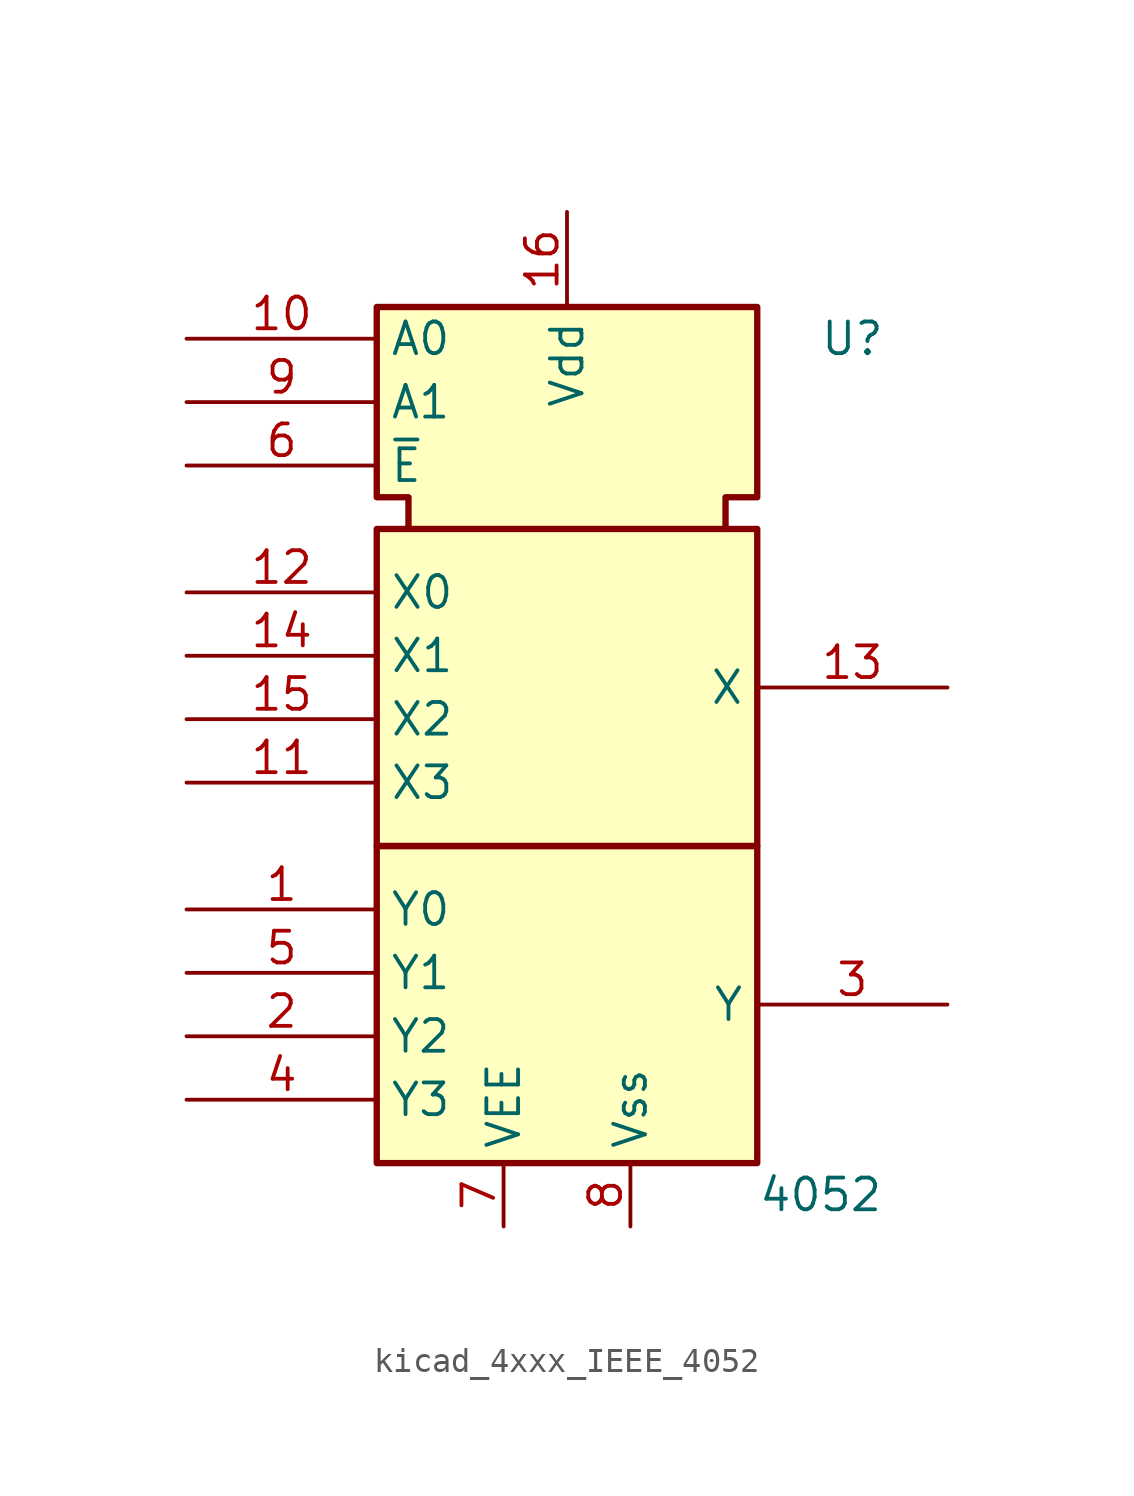
<source format=kicad_sym>
(kicad_symbol_lib
  (version 20220914)
  (generator kicad_symbol_editor)
  (symbol "kicad_4xxx_IEEE_4052"
    (property "Reference" "U"
      (at 11.43 15.24 0)
      (effects (font (size 1.27 1.27))))
    (property "Value" "4052"
      (at 10.16 -19.05 0)
      (effects (font (size 1.27 1.27))))
    (symbol "kicad_4xxx_IEEE_4052_0_0"
      (pin power_in line (at 0 20.32 270) (length 3.81) (name "Vdd" (effects (font (size 1.27 1.27)))) (number "16" (effects (font (size 1.27 1.27)))))
      (pin power_in line (at 2.54 -20.32 90) (length 2.54) (name "Vss" (effects (font (size 1.27 1.27)))) (number "8" (effects (font (size 1.27 1.27))))))
    (symbol "kicad_4xxx_IEEE_4052_0_1"
      (rectangle (start -7.62 -5.08) (end 7.62 -17.78) (stroke (width 0.254) (type default)) (fill (type background)))
      (rectangle (start -7.62 7.62) (end 7.62 -5.08) (stroke (width 0.254) (type default)) (fill (type background)))
      (polyline (pts (xy -6.35 7.62) (xy -6.35 8.89) (xy -7.62 8.89) (xy -7.62 16.51) (xy 7.62 16.51) (xy 7.62 8.89) (xy 6.35 8.89) (xy 6.35 7.62) (xy 6.35 7.62)) (stroke (width 0.254) (type default)) (fill (type background))))
    (symbol "kicad_4xxx_IEEE_4052_1_1"
      (pin passive line (at -15.24 -7.62 0) (length 7.62) (name "Y0" (effects (font (size 1.27 1.27)))) (number "1" (effects (font (size 1.27 1.27)))))
      (pin input line (at -15.24 15.24 0) (length 7.62) (name "A0" (effects (font (size 1.27 1.27)))) (number "10" (effects (font (size 1.27 1.27)))))
      (pin passive line (at -15.24 -2.54 0) (length 7.62) (name "X3" (effects (font (size 1.27 1.27)))) (number "11" (effects (font (size 1.27 1.27)))))
      (pin passive line (at -15.24 5.08 0) (length 7.62) (name "X0" (effects (font (size 1.27 1.27)))) (number "12" (effects (font (size 1.27 1.27)))))
      (pin passive line (at 15.24 1.27 180) (length 7.62) (name "X" (effects (font (size 1.27 1.27)))) (number "13" (effects (font (size 1.27 1.27)))))
      (pin passive line (at -15.24 2.54 0) (length 7.62) (name "X1" (effects (font (size 1.27 1.27)))) (number "14" (effects (font (size 1.27 1.27)))))
      (pin passive line (at -15.24 0 0) (length 7.62) (name "X2" (effects (font (size 1.27 1.27)))) (number "15" (effects (font (size 1.27 1.27)))))
      (pin passive line (at -15.24 -12.7 0) (length 7.62) (name "Y2" (effects (font (size 1.27 1.27)))) (number "2" (effects (font (size 1.27 1.27)))))
      (pin passive line (at 15.24 -11.43 180) (length 7.62) (name "Y" (effects (font (size 1.27 1.27)))) (number "3" (effects (font (size 1.27 1.27)))))
      (pin passive line (at -15.24 -15.24 0) (length 7.62) (name "Y3" (effects (font (size 1.27 1.27)))) (number "4" (effects (font (size 1.27 1.27)))))
      (pin passive line (at -15.24 -10.16 0) (length 7.62) (name "Y1" (effects (font (size 1.27 1.27)))) (number "5" (effects (font (size 1.27 1.27)))))
      (pin input line (at -15.24 10.16 0) (length 7.62) (name "~{E}" (effects (font (size 1.27 1.27)))) (number "6" (effects (font (size 1.27 1.27)))))
      (pin power_in line (at -2.54 -20.32 90) (length 2.54) (name "VEE" (effects (font (size 1.27 1.27)))) (number "7" (effects (font (size 1.27 1.27)))))
      (pin input line (at -15.24 12.7 0) (length 7.62) (name "A1" (effects (font (size 1.27 1.27)))) (number "9" (effects (font (size 1.27 1.27))))))))
</source>
